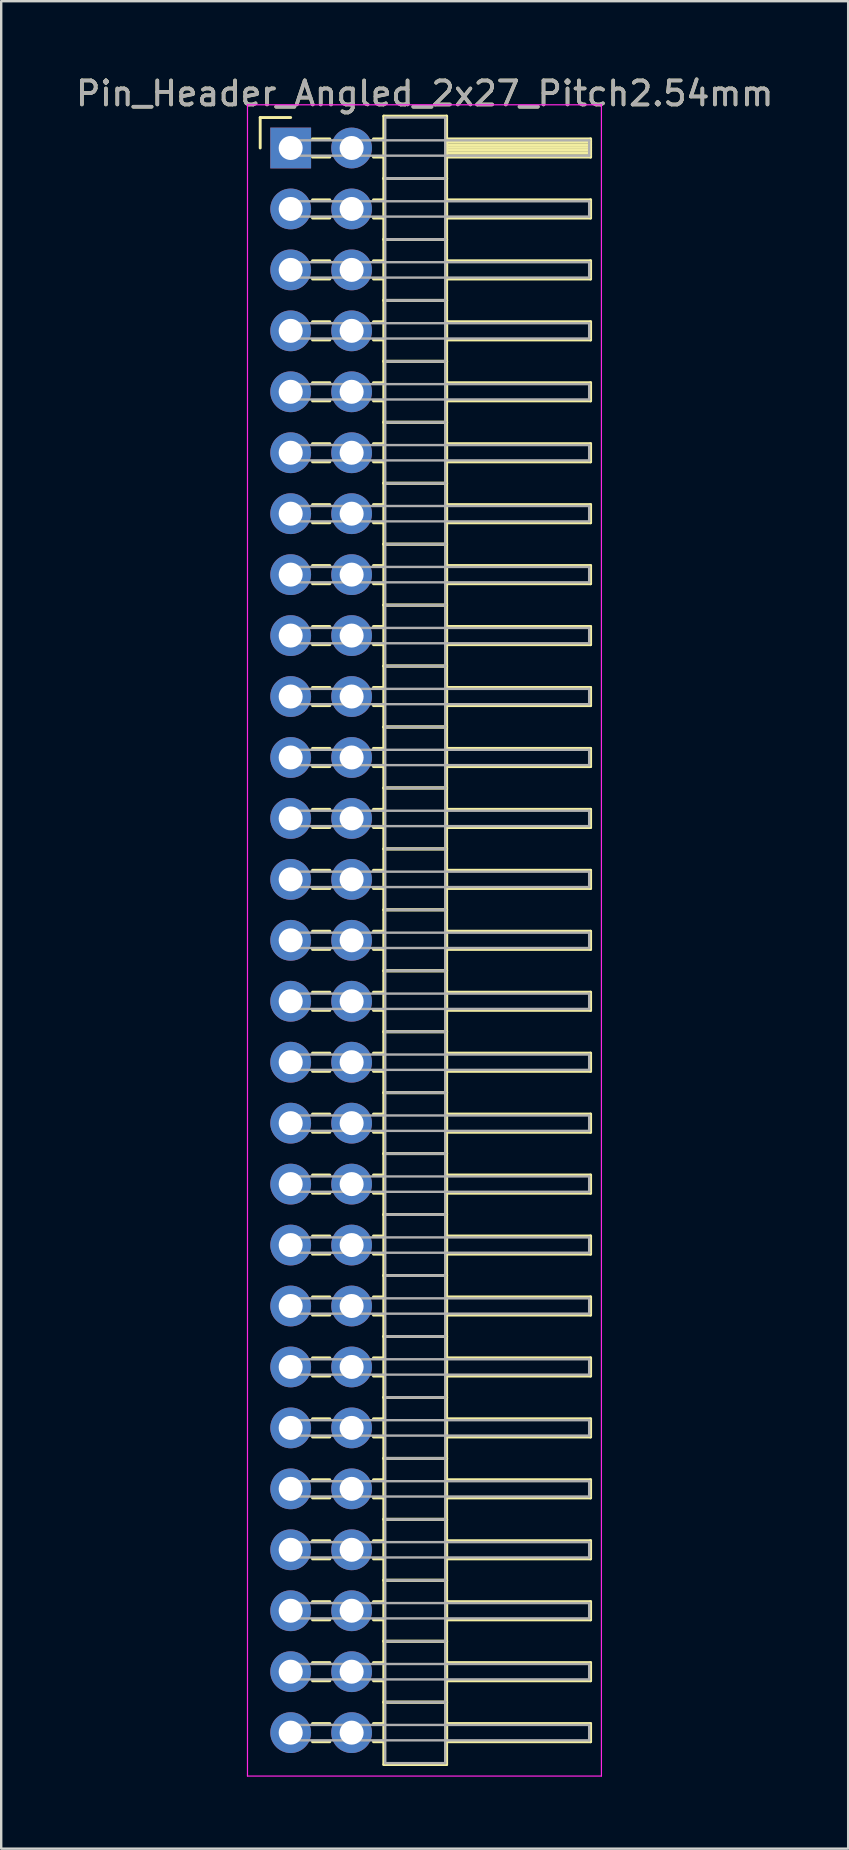
<source format=kicad_pcb>
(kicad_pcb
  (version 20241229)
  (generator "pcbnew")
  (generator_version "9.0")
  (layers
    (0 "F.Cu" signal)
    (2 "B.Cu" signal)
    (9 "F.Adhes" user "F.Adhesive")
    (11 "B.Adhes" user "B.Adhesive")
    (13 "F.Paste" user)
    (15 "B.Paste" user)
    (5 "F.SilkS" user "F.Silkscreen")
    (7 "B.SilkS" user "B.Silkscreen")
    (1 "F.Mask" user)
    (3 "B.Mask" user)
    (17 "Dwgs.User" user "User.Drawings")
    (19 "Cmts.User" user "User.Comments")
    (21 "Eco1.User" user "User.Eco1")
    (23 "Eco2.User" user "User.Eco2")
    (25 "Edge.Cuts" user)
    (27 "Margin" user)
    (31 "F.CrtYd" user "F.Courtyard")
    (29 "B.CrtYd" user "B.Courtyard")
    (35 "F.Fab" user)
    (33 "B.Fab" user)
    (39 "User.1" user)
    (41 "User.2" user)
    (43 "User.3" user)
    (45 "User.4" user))
  (footprint "Pin_Header_Angled_2x27_Pitch2.54mm"
    (layer "F.Cu")
    (at 9.064 3.118)
    (property "Reference" "Pin_Header_Angled_2x27_Pitch2.54mm" (at 5.585 -2.27 0) (layer "F.SilkS") (effects (font (size 1 1) (thickness 0.15))))
    (attr through_hole)
    (fp_line (start -1.27 -1.27) (end 0 -1.27) (stroke (width 0.12) (type solid)) (layer "F.SilkS"))
    (fp_line (start -1.27 0) (end -1.27 -1.27) (stroke (width 0.12) (type solid)) (layer "F.SilkS"))
    (fp_line (start 0.91 -0.38) (end 1.63 -0.38) (stroke (width 0.12) (type solid)) (layer "F.SilkS"))
    (fp_line (start 0.91 0.38) (end 1.63 0.38) (stroke (width 0.12) (type solid)) (layer "F.SilkS"))
    (fp_line (start 0.91 2.16) (end 1.63 2.16) (stroke (width 0.12) (type solid)) (layer "F.SilkS"))
    (fp_line (start 0.91 2.92) (end 1.63 2.92) (stroke (width 0.12) (type solid)) (layer "F.SilkS"))
    (fp_line (start 0.91 4.7) (end 1.63 4.7) (stroke (width 0.12) (type solid)) (layer "F.SilkS"))
    (fp_line (start 0.91 5.46) (end 1.63 5.46) (stroke (width 0.12) (type solid)) (layer "F.SilkS"))
    (fp_line (start 0.91 7.24) (end 1.63 7.24) (stroke (width 0.12) (type solid)) (layer "F.SilkS"))
    (fp_line (start 0.91 8) (end 1.63 8) (stroke (width 0.12) (type solid)) (layer "F.SilkS"))
    (fp_line (start 0.91 9.78) (end 1.63 9.78) (stroke (width 0.12) (type solid)) (layer "F.SilkS"))
    (fp_line (start 0.91 10.54) (end 1.63 10.54) (stroke (width 0.12) (type solid)) (layer "F.SilkS"))
    (fp_line (start 0.91 12.32) (end 1.63 12.32) (stroke (width 0.12) (type solid)) (layer "F.SilkS"))
    (fp_line (start 0.91 13.08) (end 1.63 13.08) (stroke (width 0.12) (type solid)) (layer "F.SilkS"))
    (fp_line (start 0.91 14.86) (end 1.63 14.86) (stroke (width 0.12) (type solid)) (layer "F.SilkS"))
    (fp_line (start 0.91 15.62) (end 1.63 15.62) (stroke (width 0.12) (type solid)) (layer "F.SilkS"))
    (fp_line (start 0.91 17.4) (end 1.63 17.4) (stroke (width 0.12) (type solid)) (layer "F.SilkS"))
    (fp_line (start 0.91 18.16) (end 1.63 18.16) (stroke (width 0.12) (type solid)) (layer "F.SilkS"))
    (fp_line (start 0.91 19.94) (end 1.63 19.94) (stroke (width 0.12) (type solid)) (layer "F.SilkS"))
    (fp_line (start 0.91 20.7) (end 1.63 20.7) (stroke (width 0.12) (type solid)) (layer "F.SilkS"))
    (fp_line (start 0.91 22.48) (end 1.63 22.48) (stroke (width 0.12) (type solid)) (layer "F.SilkS"))
    (fp_line (start 0.91 23.24) (end 1.63 23.24) (stroke (width 0.12) (type solid)) (layer "F.SilkS"))
    (fp_line (start 0.91 25.02) (end 1.63 25.02) (stroke (width 0.12) (type solid)) (layer "F.SilkS"))
    (fp_line (start 0.91 25.78) (end 1.63 25.78) (stroke (width 0.12) (type solid)) (layer "F.SilkS"))
    (fp_line (start 0.91 27.56) (end 1.63 27.56) (stroke (width 0.12) (type solid)) (layer "F.SilkS"))
    (fp_line (start 0.91 28.32) (end 1.63 28.32) (stroke (width 0.12) (type solid)) (layer "F.SilkS"))
    (fp_line (start 0.91 30.1) (end 1.63 30.1) (stroke (width 0.12) (type solid)) (layer "F.SilkS"))
    (fp_line (start 0.91 30.86) (end 1.63 30.86) (stroke (width 0.12) (type solid)) (layer "F.SilkS"))
    (fp_line (start 0.91 32.64) (end 1.63 32.64) (stroke (width 0.12) (type solid)) (layer "F.SilkS"))
    (fp_line (start 0.91 33.4) (end 1.63 33.4) (stroke (width 0.12) (type solid)) (layer "F.SilkS"))
    (fp_line (start 0.91 35.18) (end 1.63 35.18) (stroke (width 0.12) (type solid)) (layer "F.SilkS"))
    (fp_line (start 0.91 35.94) (end 1.63 35.94) (stroke (width 0.12) (type solid)) (layer "F.SilkS"))
    (fp_line (start 0.91 37.72) (end 1.63 37.72) (stroke (width 0.12) (type solid)) (layer "F.SilkS"))
    (fp_line (start 0.91 38.48) (end 1.63 38.48) (stroke (width 0.12) (type solid)) (layer "F.SilkS"))
    (fp_line (start 0.91 40.26) (end 1.63 40.26) (stroke (width 0.12) (type solid)) (layer "F.SilkS"))
    (fp_line (start 0.91 41.02) (end 1.63 41.02) (stroke (width 0.12) (type solid)) (layer "F.SilkS"))
    (fp_line (start 0.91 42.8) (end 1.63 42.8) (stroke (width 0.12) (type solid)) (layer "F.SilkS"))
    (fp_line (start 0.91 43.56) (end 1.63 43.56) (stroke (width 0.12) (type solid)) (layer "F.SilkS"))
    (fp_line (start 0.91 45.34) (end 1.63 45.34) (stroke (width 0.12) (type solid)) (layer "F.SilkS"))
    (fp_line (start 0.91 46.1) (end 1.63 46.1) (stroke (width 0.12) (type solid)) (layer "F.SilkS"))
    (fp_line (start 0.91 47.88) (end 1.63 47.88) (stroke (width 0.12) (type solid)) (layer "F.SilkS"))
    (fp_line (start 0.91 48.64) (end 1.63 48.64) (stroke (width 0.12) (type solid)) (layer "F.SilkS"))
    (fp_line (start 0.91 50.42) (end 1.63 50.42) (stroke (width 0.12) (type solid)) (layer "F.SilkS"))
    (fp_line (start 0.91 51.18) (end 1.63 51.18) (stroke (width 0.12) (type solid)) (layer "F.SilkS"))
    (fp_line (start 0.91 52.96) (end 1.63 52.96) (stroke (width 0.12) (type solid)) (layer "F.SilkS"))
    (fp_line (start 0.91 53.72) (end 1.63 53.72) (stroke (width 0.12) (type solid)) (layer "F.SilkS"))
    (fp_line (start 0.91 55.5) (end 1.63 55.5) (stroke (width 0.12) (type solid)) (layer "F.SilkS"))
    (fp_line (start 0.91 56.26) (end 1.63 56.26) (stroke (width 0.12) (type solid)) (layer "F.SilkS"))
    (fp_line (start 0.91 58.04) (end 1.63 58.04) (stroke (width 0.12) (type solid)) (layer "F.SilkS"))
    (fp_line (start 0.91 58.8) (end 1.63 58.8) (stroke (width 0.12) (type solid)) (layer "F.SilkS"))
    (fp_line (start 0.91 60.58) (end 1.63 60.58) (stroke (width 0.12) (type solid)) (layer "F.SilkS"))
    (fp_line (start 0.91 61.34) (end 1.63 61.34) (stroke (width 0.12) (type solid)) (layer "F.SilkS"))
    (fp_line (start 0.91 63.12) (end 1.63 63.12) (stroke (width 0.12) (type solid)) (layer "F.SilkS"))
    (fp_line (start 0.91 63.88) (end 1.63 63.88) (stroke (width 0.12) (type solid)) (layer "F.SilkS"))
    (fp_line (start 0.91 65.66) (end 1.63 65.66) (stroke (width 0.12) (type solid)) (layer "F.SilkS"))
    (fp_line (start 0.91 66.42) (end 1.63 66.42) (stroke (width 0.12) (type solid)) (layer "F.SilkS"))
    (fp_line (start 3.45 -0.38) (end 3.88 -0.38) (stroke (width 0.12) (type solid)) (layer "F.SilkS"))
    (fp_line (start 3.45 0.38) (end 3.88 0.38) (stroke (width 0.12) (type solid)) (layer "F.SilkS"))
    (fp_line (start 3.45 2.16) (end 3.88 2.16) (stroke (width 0.12) (type solid)) (layer "F.SilkS"))
    (fp_line (start 3.45 2.92) (end 3.88 2.92) (stroke (width 0.12) (type solid)) (layer "F.SilkS"))
    (fp_line (start 3.45 4.7) (end 3.88 4.7) (stroke (width 0.12) (type solid)) (layer "F.SilkS"))
    (fp_line (start 3.45 5.46) (end 3.88 5.46) (stroke (width 0.12) (type solid)) (layer "F.SilkS"))
    (fp_line (start 3.45 7.24) (end 3.88 7.24) (stroke (width 0.12) (type solid)) (layer "F.SilkS"))
    (fp_line (start 3.45 8) (end 3.88 8) (stroke (width 0.12) (type solid)) (layer "F.SilkS"))
    (fp_line (start 3.45 9.78) (end 3.88 9.78) (stroke (width 0.12) (type solid)) (layer "F.SilkS"))
    (fp_line (start 3.45 10.54) (end 3.88 10.54) (stroke (width 0.12) (type solid)) (layer "F.SilkS"))
    (fp_line (start 3.45 12.32) (end 3.88 12.32) (stroke (width 0.12) (type solid)) (layer "F.SilkS"))
    (fp_line (start 3.45 13.08) (end 3.88 13.08) (stroke (width 0.12) (type solid)) (layer "F.SilkS"))
    (fp_line (start 3.45 14.86) (end 3.88 14.86) (stroke (width 0.12) (type solid)) (layer "F.SilkS"))
    (fp_line (start 3.45 15.62) (end 3.88 15.62) (stroke (width 0.12) (type solid)) (layer "F.SilkS"))
    (fp_line (start 3.45 17.4) (end 3.88 17.4) (stroke (width 0.12) (type solid)) (layer "F.SilkS"))
    (fp_line (start 3.45 18.16) (end 3.88 18.16) (stroke (width 0.12) (type solid)) (layer "F.SilkS"))
    (fp_line (start 3.45 19.94) (end 3.88 19.94) (stroke (width 0.12) (type solid)) (layer "F.SilkS"))
    (fp_line (start 3.45 20.7) (end 3.88 20.7) (stroke (width 0.12) (type solid)) (layer "F.SilkS"))
    (fp_line (start 3.45 22.48) (end 3.88 22.48) (stroke (width 0.12) (type solid)) (layer "F.SilkS"))
    (fp_line (start 3.45 23.24) (end 3.88 23.24) (stroke (width 0.12) (type solid)) (layer "F.SilkS"))
    (fp_line (start 3.45 25.02) (end 3.88 25.02) (stroke (width 0.12) (type solid)) (layer "F.SilkS"))
    (fp_line (start 3.45 25.78) (end 3.88 25.78) (stroke (width 0.12) (type solid)) (layer "F.SilkS"))
    (fp_line (start 3.45 27.56) (end 3.88 27.56) (stroke (width 0.12) (type solid)) (layer "F.SilkS"))
    (fp_line (start 3.45 28.32) (end 3.88 28.32) (stroke (width 0.12) (type solid)) (layer "F.SilkS"))
    (fp_line (start 3.45 30.1) (end 3.88 30.1) (stroke (width 0.12) (type solid)) (layer "F.SilkS"))
    (fp_line (start 3.45 30.86) (end 3.88 30.86) (stroke (width 0.12) (type solid)) (layer "F.SilkS"))
    (fp_line (start 3.45 32.64) (end 3.88 32.64) (stroke (width 0.12) (type solid)) (layer "F.SilkS"))
    (fp_line (start 3.45 33.4) (end 3.88 33.4) (stroke (width 0.12) (type solid)) (layer "F.SilkS"))
    (fp_line (start 3.45 35.18) (end 3.88 35.18) (stroke (width 0.12) (type solid)) (layer "F.SilkS"))
    (fp_line (start 3.45 35.94) (end 3.88 35.94) (stroke (width 0.12) (type solid)) (layer "F.SilkS"))
    (fp_line (start 3.45 37.72) (end 3.88 37.72) (stroke (width 0.12) (type solid)) (layer "F.SilkS"))
    (fp_line (start 3.45 38.48) (end 3.88 38.48) (stroke (width 0.12) (type solid)) (layer "F.SilkS"))
    (fp_line (start 3.45 40.26) (end 3.88 40.26) (stroke (width 0.12) (type solid)) (layer "F.SilkS"))
    (fp_line (start 3.45 41.02) (end 3.88 41.02) (stroke (width 0.12) (type solid)) (layer "F.SilkS"))
    (fp_line (start 3.45 42.8) (end 3.88 42.8) (stroke (width 0.12) (type solid)) (layer "F.SilkS"))
    (fp_line (start 3.45 43.56) (end 3.88 43.56) (stroke (width 0.12) (type solid)) (layer "F.SilkS"))
    (fp_line (start 3.45 45.34) (end 3.88 45.34) (stroke (width 0.12) (type solid)) (layer "F.SilkS"))
    (fp_line (start 3.45 46.1) (end 3.88 46.1) (stroke (width 0.12) (type solid)) (layer "F.SilkS"))
    (fp_line (start 3.45 47.88) (end 3.88 47.88) (stroke (width 0.12) (type solid)) (layer "F.SilkS"))
    (fp_line (start 3.45 48.64) (end 3.88 48.64) (stroke (width 0.12) (type solid)) (layer "F.SilkS"))
    (fp_line (start 3.45 50.42) (end 3.88 50.42) (stroke (width 0.12) (type solid)) (layer "F.SilkS"))
    (fp_line (start 3.45 51.18) (end 3.88 51.18) (stroke (width 0.12) (type solid)) (layer "F.SilkS"))
    (fp_line (start 3.45 52.96) (end 3.88 52.96) (stroke (width 0.12) (type solid)) (layer "F.SilkS"))
    (fp_line (start 3.45 53.72) (end 3.88 53.72) (stroke (width 0.12) (type solid)) (layer "F.SilkS"))
    (fp_line (start 3.45 55.5) (end 3.88 55.5) (stroke (width 0.12) (type solid)) (layer "F.SilkS"))
    (fp_line (start 3.45 56.26) (end 3.88 56.26) (stroke (width 0.12) (type solid)) (layer "F.SilkS"))
    (fp_line (start 3.45 58.04) (end 3.88 58.04) (stroke (width 0.12) (type solid)) (layer "F.SilkS"))
    (fp_line (start 3.45 58.8) (end 3.88 58.8) (stroke (width 0.12) (type solid)) (layer "F.SilkS"))
    (fp_line (start 3.45 60.58) (end 3.88 60.58) (stroke (width 0.12) (type solid)) (layer "F.SilkS"))
    (fp_line (start 3.45 61.34) (end 3.88 61.34) (stroke (width 0.12) (type solid)) (layer "F.SilkS"))
    (fp_line (start 3.45 63.12) (end 3.88 63.12) (stroke (width 0.12) (type solid)) (layer "F.SilkS"))
    (fp_line (start 3.45 63.88) (end 3.88 63.88) (stroke (width 0.12) (type solid)) (layer "F.SilkS"))
    (fp_line (start 3.45 65.66) (end 3.88 65.66) (stroke (width 0.12) (type solid)) (layer "F.SilkS"))
    (fp_line (start 3.45 66.42) (end 3.88 66.42) (stroke (width 0.12) (type solid)) (layer "F.SilkS"))
    (fp_line (start 3.88 -1.33) (end 3.88 1.27) (stroke (width 0.12) (type solid)) (layer "F.SilkS"))
    (fp_line (start 3.88 1.27) (end 3.88 3.81) (stroke (width 0.12) (type solid)) (layer "F.SilkS"))
    (fp_line (start 3.88 1.27) (end 6.5 1.27) (stroke (width 0.12) (type solid)) (layer "F.SilkS"))
    (fp_line (start 3.88 3.81) (end 3.88 6.35) (stroke (width 0.12) (type solid)) (layer "F.SilkS"))
    (fp_line (start 3.88 3.81) (end 6.5 3.81) (stroke (width 0.12) (type solid)) (layer "F.SilkS"))
    (fp_line (start 3.88 6.35) (end 3.88 8.89) (stroke (width 0.12) (type solid)) (layer "F.SilkS"))
    (fp_line (start 3.88 6.35) (end 6.5 6.35) (stroke (width 0.12) (type solid)) (layer "F.SilkS"))
    (fp_line (start 3.88 8.89) (end 3.88 11.43) (stroke (width 0.12) (type solid)) (layer "F.SilkS"))
    (fp_line (start 3.88 8.89) (end 6.5 8.89) (stroke (width 0.12) (type solid)) (layer "F.SilkS"))
    (fp_line (start 3.88 11.43) (end 3.88 13.97) (stroke (width 0.12) (type solid)) (layer "F.SilkS"))
    (fp_line (start 3.88 11.43) (end 6.5 11.43) (stroke (width 0.12) (type solid)) (layer "F.SilkS"))
    (fp_line (start 3.88 13.97) (end 3.88 16.51) (stroke (width 0.12) (type solid)) (layer "F.SilkS"))
    (fp_line (start 3.88 13.97) (end 6.5 13.97) (stroke (width 0.12) (type solid)) (layer "F.SilkS"))
    (fp_line (start 3.88 16.51) (end 3.88 19.05) (stroke (width 0.12) (type solid)) (layer "F.SilkS"))
    (fp_line (start 3.88 16.51) (end 6.5 16.51) (stroke (width 0.12) (type solid)) (layer "F.SilkS"))
    (fp_line (start 3.88 19.05) (end 3.88 21.59) (stroke (width 0.12) (type solid)) (layer "F.SilkS"))
    (fp_line (start 3.88 19.05) (end 6.5 19.05) (stroke (width 0.12) (type solid)) (layer "F.SilkS"))
    (fp_line (start 3.88 21.59) (end 3.88 24.13) (stroke (width 0.12) (type solid)) (layer "F.SilkS"))
    (fp_line (start 3.88 21.59) (end 6.5 21.59) (stroke (width 0.12) (type solid)) (layer "F.SilkS"))
    (fp_line (start 3.88 24.13) (end 3.88 26.67) (stroke (width 0.12) (type solid)) (layer "F.SilkS"))
    (fp_line (start 3.88 24.13) (end 6.5 24.13) (stroke (width 0.12) (type solid)) (layer "F.SilkS"))
    (fp_line (start 3.88 26.67) (end 3.88 29.21) (stroke (width 0.12) (type solid)) (layer "F.SilkS"))
    (fp_line (start 3.88 26.67) (end 6.5 26.67) (stroke (width 0.12) (type solid)) (layer "F.SilkS"))
    (fp_line (start 3.88 29.21) (end 3.88 31.75) (stroke (width 0.12) (type solid)) (layer "F.SilkS"))
    (fp_line (start 3.88 29.21) (end 6.5 29.21) (stroke (width 0.12) (type solid)) (layer "F.SilkS"))
    (fp_line (start 3.88 31.75) (end 3.88 34.29) (stroke (width 0.12) (type solid)) (layer "F.SilkS"))
    (fp_line (start 3.88 31.75) (end 6.5 31.75) (stroke (width 0.12) (type solid)) (layer "F.SilkS"))
    (fp_line (start 3.88 34.29) (end 3.88 36.83) (stroke (width 0.12) (type solid)) (layer "F.SilkS"))
    (fp_line (start 3.88 34.29) (end 6.5 34.29) (stroke (width 0.12) (type solid)) (layer "F.SilkS"))
    (fp_line (start 3.88 36.83) (end 3.88 39.37) (stroke (width 0.12) (type solid)) (layer "F.SilkS"))
    (fp_line (start 3.88 36.83) (end 6.5 36.83) (stroke (width 0.12) (type solid)) (layer "F.SilkS"))
    (fp_line (start 3.88 39.37) (end 3.88 41.91) (stroke (width 0.12) (type solid)) (layer "F.SilkS"))
    (fp_line (start 3.88 39.37) (end 6.5 39.37) (stroke (width 0.12) (type solid)) (layer "F.SilkS"))
    (fp_line (start 3.88 41.91) (end 3.88 44.45) (stroke (width 0.12) (type solid)) (layer "F.SilkS"))
    (fp_line (start 3.88 41.91) (end 6.5 41.91) (stroke (width 0.12) (type solid)) (layer "F.SilkS"))
    (fp_line (start 3.88 44.45) (end 3.88 46.99) (stroke (width 0.12) (type solid)) (layer "F.SilkS"))
    (fp_line (start 3.88 44.45) (end 6.5 44.45) (stroke (width 0.12) (type solid)) (layer "F.SilkS"))
    (fp_line (start 3.88 46.99) (end 3.88 49.53) (stroke (width 0.12) (type solid)) (layer "F.SilkS"))
    (fp_line (start 3.88 46.99) (end 6.5 46.99) (stroke (width 0.12) (type solid)) (layer "F.SilkS"))
    (fp_line (start 3.88 49.53) (end 3.88 52.07) (stroke (width 0.12) (type solid)) (layer "F.SilkS"))
    (fp_line (start 3.88 49.53) (end 6.5 49.53) (stroke (width 0.12) (type solid)) (layer "F.SilkS"))
    (fp_line (start 3.88 52.07) (end 3.88 54.61) (stroke (width 0.12) (type solid)) (layer "F.SilkS"))
    (fp_line (start 3.88 52.07) (end 6.5 52.07) (stroke (width 0.12) (type solid)) (layer "F.SilkS"))
    (fp_line (start 3.88 54.61) (end 3.88 57.15) (stroke (width 0.12) (type solid)) (layer "F.SilkS"))
    (fp_line (start 3.88 54.61) (end 6.5 54.61) (stroke (width 0.12) (type solid)) (layer "F.SilkS"))
    (fp_line (start 3.88 57.15) (end 3.88 59.69) (stroke (width 0.12) (type solid)) (layer "F.SilkS"))
    (fp_line (start 3.88 57.15) (end 6.5 57.15) (stroke (width 0.12) (type solid)) (layer "F.SilkS"))
    (fp_line (start 3.88 59.69) (end 3.88 62.23) (stroke (width 0.12) (type solid)) (layer "F.SilkS"))
    (fp_line (start 3.88 59.69) (end 6.5 59.69) (stroke (width 0.12) (type solid)) (layer "F.SilkS"))
    (fp_line (start 3.88 62.23) (end 3.88 64.77) (stroke (width 0.12) (type solid)) (layer "F.SilkS"))
    (fp_line (start 3.88 62.23) (end 6.5 62.23) (stroke (width 0.12) (type solid)) (layer "F.SilkS"))
    (fp_line (start 3.88 64.77) (end 3.88 67.37) (stroke (width 0.12) (type solid)) (layer "F.SilkS"))
    (fp_line (start 3.88 64.77) (end 6.5 64.77) (stroke (width 0.12) (type solid)) (layer "F.SilkS"))
    (fp_line (start 3.88 67.37) (end 6.5 67.37) (stroke (width 0.12) (type solid)) (layer "F.SilkS"))
    (fp_line (start 6.5 -1.33) (end 3.88 -1.33) (stroke (width 0.12) (type solid)) (layer "F.SilkS"))
    (fp_line (start 6.5 -0.38) (end 6.5 0.38) (stroke (width 0.12) (type solid)) (layer "F.SilkS"))
    (fp_line (start 6.5 -0.26) (end 12.5 -0.26) (stroke (width 0.12) (type solid)) (layer "F.SilkS"))
    (fp_line (start 6.5 -0.14) (end 12.5 -0.14) (stroke (width 0.12) (type solid)) (layer "F.SilkS"))
    (fp_line (start 6.5 -0.02) (end 12.5 -0.02) (stroke (width 0.12) (type solid)) (layer "F.SilkS"))
    (fp_line (start 6.5 0.1) (end 12.5 0.1) (stroke (width 0.12) (type solid)) (layer "F.SilkS"))
    (fp_line (start 6.5 0.22) (end 12.5 0.22) (stroke (width 0.12) (type solid)) (layer "F.SilkS"))
    (fp_line (start 6.5 0.34) (end 12.5 0.34) (stroke (width 0.12) (type solid)) (layer "F.SilkS"))
    (fp_line (start 6.5 0.38) (end 12.5 0.38) (stroke (width 0.12) (type solid)) (layer "F.SilkS"))
    (fp_line (start 6.5 1.27) (end 3.88 1.27) (stroke (width 0.12) (type solid)) (layer "F.SilkS"))
    (fp_line (start 6.5 1.27) (end 6.5 -1.33) (stroke (width 0.12) (type solid)) (layer "F.SilkS"))
    (fp_line (start 6.5 2.16) (end 6.5 2.92) (stroke (width 0.12) (type solid)) (layer "F.SilkS"))
    (fp_line (start 6.5 2.92) (end 12.5 2.92) (stroke (width 0.12) (type solid)) (layer "F.SilkS"))
    (fp_line (start 6.5 3.81) (end 3.88 3.81) (stroke (width 0.12) (type solid)) (layer "F.SilkS"))
    (fp_line (start 6.5 3.81) (end 6.5 1.27) (stroke (width 0.12) (type solid)) (layer "F.SilkS"))
    (fp_line (start 6.5 4.7) (end 6.5 5.46) (stroke (width 0.12) (type solid)) (layer "F.SilkS"))
    (fp_line (start 6.5 5.46) (end 12.5 5.46) (stroke (width 0.12) (type solid)) (layer "F.SilkS"))
    (fp_line (start 6.5 6.35) (end 3.88 6.35) (stroke (width 0.12) (type solid)) (layer "F.SilkS"))
    (fp_line (start 6.5 6.35) (end 6.5 3.81) (stroke (width 0.12) (type solid)) (layer "F.SilkS"))
    (fp_line (start 6.5 7.24) (end 6.5 8) (stroke (width 0.12) (type solid)) (layer "F.SilkS"))
    (fp_line (start 6.5 8) (end 12.5 8) (stroke (width 0.12) (type solid)) (layer "F.SilkS"))
    (fp_line (start 6.5 8.89) (end 3.88 8.89) (stroke (width 0.12) (type solid)) (layer "F.SilkS"))
    (fp_line (start 6.5 8.89) (end 6.5 6.35) (stroke (width 0.12) (type solid)) (layer "F.SilkS"))
    (fp_line (start 6.5 9.78) (end 6.5 10.54) (stroke (width 0.12) (type solid)) (layer "F.SilkS"))
    (fp_line (start 6.5 10.54) (end 12.5 10.54) (stroke (width 0.12) (type solid)) (layer "F.SilkS"))
    (fp_line (start 6.5 11.43) (end 3.88 11.43) (stroke (width 0.12) (type solid)) (layer "F.SilkS"))
    (fp_line (start 6.5 11.43) (end 6.5 8.89) (stroke (width 0.12) (type solid)) (layer "F.SilkS"))
    (fp_line (start 6.5 12.32) (end 6.5 13.08) (stroke (width 0.12) (type solid)) (layer "F.SilkS"))
    (fp_line (start 6.5 13.08) (end 12.5 13.08) (stroke (width 0.12) (type solid)) (layer "F.SilkS"))
    (fp_line (start 6.5 13.97) (end 3.88 13.97) (stroke (width 0.12) (type solid)) (layer "F.SilkS"))
    (fp_line (start 6.5 13.97) (end 6.5 11.43) (stroke (width 0.12) (type solid)) (layer "F.SilkS"))
    (fp_line (start 6.5 14.86) (end 6.5 15.62) (stroke (width 0.12) (type solid)) (layer "F.SilkS"))
    (fp_line (start 6.5 15.62) (end 12.5 15.62) (stroke (width 0.12) (type solid)) (layer "F.SilkS"))
    (fp_line (start 6.5 16.51) (end 3.88 16.51) (stroke (width 0.12) (type solid)) (layer "F.SilkS"))
    (fp_line (start 6.5 16.51) (end 6.5 13.97) (stroke (width 0.12) (type solid)) (layer "F.SilkS"))
    (fp_line (start 6.5 17.4) (end 6.5 18.16) (stroke (width 0.12) (type solid)) (layer "F.SilkS"))
    (fp_line (start 6.5 18.16) (end 12.5 18.16) (stroke (width 0.12) (type solid)) (layer "F.SilkS"))
    (fp_line (start 6.5 19.05) (end 3.88 19.05) (stroke (width 0.12) (type solid)) (layer "F.SilkS"))
    (fp_line (start 6.5 19.05) (end 6.5 16.51) (stroke (width 0.12) (type solid)) (layer "F.SilkS"))
    (fp_line (start 6.5 19.94) (end 6.5 20.7) (stroke (width 0.12) (type solid)) (layer "F.SilkS"))
    (fp_line (start 6.5 20.7) (end 12.5 20.7) (stroke (width 0.12) (type solid)) (layer "F.SilkS"))
    (fp_line (start 6.5 21.59) (end 3.88 21.59) (stroke (width 0.12) (type solid)) (layer "F.SilkS"))
    (fp_line (start 6.5 21.59) (end 6.5 19.05) (stroke (width 0.12) (type solid)) (layer "F.SilkS"))
    (fp_line (start 6.5 22.48) (end 6.5 23.24) (stroke (width 0.12) (type solid)) (layer "F.SilkS"))
    (fp_line (start 6.5 23.24) (end 12.5 23.24) (stroke (width 0.12) (type solid)) (layer "F.SilkS"))
    (fp_line (start 6.5 24.13) (end 3.88 24.13) (stroke (width 0.12) (type solid)) (layer "F.SilkS"))
    (fp_line (start 6.5 24.13) (end 6.5 21.59) (stroke (width 0.12) (type solid)) (layer "F.SilkS"))
    (fp_line (start 6.5 25.02) (end 6.5 25.78) (stroke (width 0.12) (type solid)) (layer "F.SilkS"))
    (fp_line (start 6.5 25.78) (end 12.5 25.78) (stroke (width 0.12) (type solid)) (layer "F.SilkS"))
    (fp_line (start 6.5 26.67) (end 3.88 26.67) (stroke (width 0.12) (type solid)) (layer "F.SilkS"))
    (fp_line (start 6.5 26.67) (end 6.5 24.13) (stroke (width 0.12) (type solid)) (layer "F.SilkS"))
    (fp_line (start 6.5 27.56) (end 6.5 28.32) (stroke (width 0.12) (type solid)) (layer "F.SilkS"))
    (fp_line (start 6.5 28.32) (end 12.5 28.32) (stroke (width 0.12) (type solid)) (layer "F.SilkS"))
    (fp_line (start 6.5 29.21) (end 3.88 29.21) (stroke (width 0.12) (type solid)) (layer "F.SilkS"))
    (fp_line (start 6.5 29.21) (end 6.5 26.67) (stroke (width 0.12) (type solid)) (layer "F.SilkS"))
    (fp_line (start 6.5 30.1) (end 6.5 30.86) (stroke (width 0.12) (type solid)) (layer "F.SilkS"))
    (fp_line (start 6.5 30.86) (end 12.5 30.86) (stroke (width 0.12) (type solid)) (layer "F.SilkS"))
    (fp_line (start 6.5 31.75) (end 3.88 31.75) (stroke (width 0.12) (type solid)) (layer "F.SilkS"))
    (fp_line (start 6.5 31.75) (end 6.5 29.21) (stroke (width 0.12) (type solid)) (layer "F.SilkS"))
    (fp_line (start 6.5 32.64) (end 6.5 33.4) (stroke (width 0.12) (type solid)) (layer "F.SilkS"))
    (fp_line (start 6.5 33.4) (end 12.5 33.4) (stroke (width 0.12) (type solid)) (layer "F.SilkS"))
    (fp_line (start 6.5 34.29) (end 3.88 34.29) (stroke (width 0.12) (type solid)) (layer "F.SilkS"))
    (fp_line (start 6.5 34.29) (end 6.5 31.75) (stroke (width 0.12) (type solid)) (layer "F.SilkS"))
    (fp_line (start 6.5 35.18) (end 6.5 35.94) (stroke (width 0.12) (type solid)) (layer "F.SilkS"))
    (fp_line (start 6.5 35.94) (end 12.5 35.94) (stroke (width 0.12) (type solid)) (layer "F.SilkS"))
    (fp_line (start 6.5 36.83) (end 3.88 36.83) (stroke (width 0.12) (type solid)) (layer "F.SilkS"))
    (fp_line (start 6.5 36.83) (end 6.5 34.29) (stroke (width 0.12) (type solid)) (layer "F.SilkS"))
    (fp_line (start 6.5 37.72) (end 6.5 38.48) (stroke (width 0.12) (type solid)) (layer "F.SilkS"))
    (fp_line (start 6.5 38.48) (end 12.5 38.48) (stroke (width 0.12) (type solid)) (layer "F.SilkS"))
    (fp_line (start 6.5 39.37) (end 3.88 39.37) (stroke (width 0.12) (type solid)) (layer "F.SilkS"))
    (fp_line (start 6.5 39.37) (end 6.5 36.83) (stroke (width 0.12) (type solid)) (layer "F.SilkS"))
    (fp_line (start 6.5 40.26) (end 6.5 41.02) (stroke (width 0.12) (type solid)) (layer "F.SilkS"))
    (fp_line (start 6.5 41.02) (end 12.5 41.02) (stroke (width 0.12) (type solid)) (layer "F.SilkS"))
    (fp_line (start 6.5 41.91) (end 3.88 41.91) (stroke (width 0.12) (type solid)) (layer "F.SilkS"))
    (fp_line (start 6.5 41.91) (end 6.5 39.37) (stroke (width 0.12) (type solid)) (layer "F.SilkS"))
    (fp_line (start 6.5 42.8) (end 6.5 43.56) (stroke (width 0.12) (type solid)) (layer "F.SilkS"))
    (fp_line (start 6.5 43.56) (end 12.5 43.56) (stroke (width 0.12) (type solid)) (layer "F.SilkS"))
    (fp_line (start 6.5 44.45) (end 3.88 44.45) (stroke (width 0.12) (type solid)) (layer "F.SilkS"))
    (fp_line (start 6.5 44.45) (end 6.5 41.91) (stroke (width 0.12) (type solid)) (layer "F.SilkS"))
    (fp_line (start 6.5 45.34) (end 6.5 46.1) (stroke (width 0.12) (type solid)) (layer "F.SilkS"))
    (fp_line (start 6.5 46.1) (end 12.5 46.1) (stroke (width 0.12) (type solid)) (layer "F.SilkS"))
    (fp_line (start 6.5 46.99) (end 3.88 46.99) (stroke (width 0.12) (type solid)) (layer "F.SilkS"))
    (fp_line (start 6.5 46.99) (end 6.5 44.45) (stroke (width 0.12) (type solid)) (layer "F.SilkS"))
    (fp_line (start 6.5 47.88) (end 6.5 48.64) (stroke (width 0.12) (type solid)) (layer "F.SilkS"))
    (fp_line (start 6.5 48.64) (end 12.5 48.64) (stroke (width 0.12) (type solid)) (layer "F.SilkS"))
    (fp_line (start 6.5 49.53) (end 3.88 49.53) (stroke (width 0.12) (type solid)) (layer "F.SilkS"))
    (fp_line (start 6.5 49.53) (end 6.5 46.99) (stroke (width 0.12) (type solid)) (layer "F.SilkS"))
    (fp_line (start 6.5 50.42) (end 6.5 51.18) (stroke (width 0.12) (type solid)) (layer "F.SilkS"))
    (fp_line (start 6.5 51.18) (end 12.5 51.18) (stroke (width 0.12) (type solid)) (layer "F.SilkS"))
    (fp_line (start 6.5 52.07) (end 3.88 52.07) (stroke (width 0.12) (type solid)) (layer "F.SilkS"))
    (fp_line (start 6.5 52.07) (end 6.5 49.53) (stroke (width 0.12) (type solid)) (layer "F.SilkS"))
    (fp_line (start 6.5 52.96) (end 6.5 53.72) (stroke (width 0.12) (type solid)) (layer "F.SilkS"))
    (fp_line (start 6.5 53.72) (end 12.5 53.72) (stroke (width 0.12) (type solid)) (layer "F.SilkS"))
    (fp_line (start 6.5 54.61) (end 3.88 54.61) (stroke (width 0.12) (type solid)) (layer "F.SilkS"))
    (fp_line (start 6.5 54.61) (end 6.5 52.07) (stroke (width 0.12) (type solid)) (layer "F.SilkS"))
    (fp_line (start 6.5 55.5) (end 6.5 56.26) (stroke (width 0.12) (type solid)) (layer "F.SilkS"))
    (fp_line (start 6.5 56.26) (end 12.5 56.26) (stroke (width 0.12) (type solid)) (layer "F.SilkS"))
    (fp_line (start 6.5 57.15) (end 3.88 57.15) (stroke (width 0.12) (type solid)) (layer "F.SilkS"))
    (fp_line (start 6.5 57.15) (end 6.5 54.61) (stroke (width 0.12) (type solid)) (layer "F.SilkS"))
    (fp_line (start 6.5 58.04) (end 6.5 58.8) (stroke (width 0.12) (type solid)) (layer "F.SilkS"))
    (fp_line (start 6.5 58.8) (end 12.5 58.8) (stroke (width 0.12) (type solid)) (layer "F.SilkS"))
    (fp_line (start 6.5 59.69) (end 3.88 59.69) (stroke (width 0.12) (type solid)) (layer "F.SilkS"))
    (fp_line (start 6.5 59.69) (end 6.5 57.15) (stroke (width 0.12) (type solid)) (layer "F.SilkS"))
    (fp_line (start 6.5 60.58) (end 6.5 61.34) (stroke (width 0.12) (type solid)) (layer "F.SilkS"))
    (fp_line (start 6.5 61.34) (end 12.5 61.34) (stroke (width 0.12) (type solid)) (layer "F.SilkS"))
    (fp_line (start 6.5 62.23) (end 3.88 62.23) (stroke (width 0.12) (type solid)) (layer "F.SilkS"))
    (fp_line (start 6.5 62.23) (end 6.5 59.69) (stroke (width 0.12) (type solid)) (layer "F.SilkS"))
    (fp_line (start 6.5 63.12) (end 6.5 63.88) (stroke (width 0.12) (type solid)) (layer "F.SilkS"))
    (fp_line (start 6.5 63.88) (end 12.5 63.88) (stroke (width 0.12) (type solid)) (layer "F.SilkS"))
    (fp_line (start 6.5 64.77) (end 3.88 64.77) (stroke (width 0.12) (type solid)) (layer "F.SilkS"))
    (fp_line (start 6.5 64.77) (end 6.5 62.23) (stroke (width 0.12) (type solid)) (layer "F.SilkS"))
    (fp_line (start 6.5 65.66) (end 6.5 66.42) (stroke (width 0.12) (type solid)) (layer "F.SilkS"))
    (fp_line (start 6.5 66.42) (end 12.5 66.42) (stroke (width 0.12) (type solid)) (layer "F.SilkS"))
    (fp_line (start 6.5 67.37) (end 6.5 64.77) (stroke (width 0.12) (type solid)) (layer "F.SilkS"))
    (fp_line (start 12.5 -0.38) (end 6.5 -0.38) (stroke (width 0.12) (type solid)) (layer "F.SilkS"))
    (fp_line (start 12.5 0.38) (end 12.5 -0.38) (stroke (width 0.12) (type solid)) (layer "F.SilkS"))
    (fp_line (start 12.5 2.16) (end 6.5 2.16) (stroke (width 0.12) (type solid)) (layer "F.SilkS"))
    (fp_line (start 12.5 2.92) (end 12.5 2.16) (stroke (width 0.12) (type solid)) (layer "F.SilkS"))
    (fp_line (start 12.5 4.7) (end 6.5 4.7) (stroke (width 0.12) (type solid)) (layer "F.SilkS"))
    (fp_line (start 12.5 5.46) (end 12.5 4.7) (stroke (width 0.12) (type solid)) (layer "F.SilkS"))
    (fp_line (start 12.5 7.24) (end 6.5 7.24) (stroke (width 0.12) (type solid)) (layer "F.SilkS"))
    (fp_line (start 12.5 8) (end 12.5 7.24) (stroke (width 0.12) (type solid)) (layer "F.SilkS"))
    (fp_line (start 12.5 9.78) (end 6.5 9.78) (stroke (width 0.12) (type solid)) (layer "F.SilkS"))
    (fp_line (start 12.5 10.54) (end 12.5 9.78) (stroke (width 0.12) (type solid)) (layer "F.SilkS"))
    (fp_line (start 12.5 12.32) (end 6.5 12.32) (stroke (width 0.12) (type solid)) (layer "F.SilkS"))
    (fp_line (start 12.5 13.08) (end 12.5 12.32) (stroke (width 0.12) (type solid)) (layer "F.SilkS"))
    (fp_line (start 12.5 14.86) (end 6.5 14.86) (stroke (width 0.12) (type solid)) (layer "F.SilkS"))
    (fp_line (start 12.5 15.62) (end 12.5 14.86) (stroke (width 0.12) (type solid)) (layer "F.SilkS"))
    (fp_line (start 12.5 17.4) (end 6.5 17.4) (stroke (width 0.12) (type solid)) (layer "F.SilkS"))
    (fp_line (start 12.5 18.16) (end 12.5 17.4) (stroke (width 0.12) (type solid)) (layer "F.SilkS"))
    (fp_line (start 12.5 19.94) (end 6.5 19.94) (stroke (width 0.12) (type solid)) (layer "F.SilkS"))
    (fp_line (start 12.5 20.7) (end 12.5 19.94) (stroke (width 0.12) (type solid)) (layer "F.SilkS"))
    (fp_line (start 12.5 22.48) (end 6.5 22.48) (stroke (width 0.12) (type solid)) (layer "F.SilkS"))
    (fp_line (start 12.5 23.24) (end 12.5 22.48) (stroke (width 0.12) (type solid)) (layer "F.SilkS"))
    (fp_line (start 12.5 25.02) (end 6.5 25.02) (stroke (width 0.12) (type solid)) (layer "F.SilkS"))
    (fp_line (start 12.5 25.78) (end 12.5 25.02) (stroke (width 0.12) (type solid)) (layer "F.SilkS"))
    (fp_line (start 12.5 27.56) (end 6.5 27.56) (stroke (width 0.12) (type solid)) (layer "F.SilkS"))
    (fp_line (start 12.5 28.32) (end 12.5 27.56) (stroke (width 0.12) (type solid)) (layer "F.SilkS"))
    (fp_line (start 12.5 30.1) (end 6.5 30.1) (stroke (width 0.12) (type solid)) (layer "F.SilkS"))
    (fp_line (start 12.5 30.86) (end 12.5 30.1) (stroke (width 0.12) (type solid)) (layer "F.SilkS"))
    (fp_line (start 12.5 32.64) (end 6.5 32.64) (stroke (width 0.12) (type solid)) (layer "F.SilkS"))
    (fp_line (start 12.5 33.4) (end 12.5 32.64) (stroke (width 0.12) (type solid)) (layer "F.SilkS"))
    (fp_line (start 12.5 35.18) (end 6.5 35.18) (stroke (width 0.12) (type solid)) (layer "F.SilkS"))
    (fp_line (start 12.5 35.94) (end 12.5 35.18) (stroke (width 0.12) (type solid)) (layer "F.SilkS"))
    (fp_line (start 12.5 37.72) (end 6.5 37.72) (stroke (width 0.12) (type solid)) (layer "F.SilkS"))
    (fp_line (start 12.5 38.48) (end 12.5 37.72) (stroke (width 0.12) (type solid)) (layer "F.SilkS"))
    (fp_line (start 12.5 40.26) (end 6.5 40.26) (stroke (width 0.12) (type solid)) (layer "F.SilkS"))
    (fp_line (start 12.5 41.02) (end 12.5 40.26) (stroke (width 0.12) (type solid)) (layer "F.SilkS"))
    (fp_line (start 12.5 42.8) (end 6.5 42.8) (stroke (width 0.12) (type solid)) (layer "F.SilkS"))
    (fp_line (start 12.5 43.56) (end 12.5 42.8) (stroke (width 0.12) (type solid)) (layer "F.SilkS"))
    (fp_line (start 12.5 45.34) (end 6.5 45.34) (stroke (width 0.12) (type solid)) (layer "F.SilkS"))
    (fp_line (start 12.5 46.1) (end 12.5 45.34) (stroke (width 0.12) (type solid)) (layer "F.SilkS"))
    (fp_line (start 12.5 47.88) (end 6.5 47.88) (stroke (width 0.12) (type solid)) (layer "F.SilkS"))
    (fp_line (start 12.5 48.64) (end 12.5 47.88) (stroke (width 0.12) (type solid)) (layer "F.SilkS"))
    (fp_line (start 12.5 50.42) (end 6.5 50.42) (stroke (width 0.12) (type solid)) (layer "F.SilkS"))
    (fp_line (start 12.5 51.18) (end 12.5 50.42) (stroke (width 0.12) (type solid)) (layer "F.SilkS"))
    (fp_line (start 12.5 52.96) (end 6.5 52.96) (stroke (width 0.12) (type solid)) (layer "F.SilkS"))
    (fp_line (start 12.5 53.72) (end 12.5 52.96) (stroke (width 0.12) (type solid)) (layer "F.SilkS"))
    (fp_line (start 12.5 55.5) (end 6.5 55.5) (stroke (width 0.12) (type solid)) (layer "F.SilkS"))
    (fp_line (start 12.5 56.26) (end 12.5 55.5) (stroke (width 0.12) (type solid)) (layer "F.SilkS"))
    (fp_line (start 12.5 58.04) (end 6.5 58.04) (stroke (width 0.12) (type solid)) (layer "F.SilkS"))
    (fp_line (start 12.5 58.8) (end 12.5 58.04) (stroke (width 0.12) (type solid)) (layer "F.SilkS"))
    (fp_line (start 12.5 60.58) (end 6.5 60.58) (stroke (width 0.12) (type solid)) (layer "F.SilkS"))
    (fp_line (start 12.5 61.34) (end 12.5 60.58) (stroke (width 0.12) (type solid)) (layer "F.SilkS"))
    (fp_line (start 12.5 63.12) (end 6.5 63.12) (stroke (width 0.12) (type solid)) (layer "F.SilkS"))
    (fp_line (start 12.5 63.88) (end 12.5 63.12) (stroke (width 0.12) (type solid)) (layer "F.SilkS"))
    (fp_line (start 12.5 65.66) (end 6.5 65.66) (stroke (width 0.12) (type solid)) (layer "F.SilkS"))
    (fp_line (start 12.5 66.42) (end 12.5 65.66) (stroke (width 0.12) (type solid)) (layer "F.SilkS"))
    (fp_line (start -1.8 -1.8) (end -1.8 67.85) (stroke (width 0.05) (type solid)) (layer "F.CrtYd"))
    (fp_line (start -1.8 67.85) (end 12.95 67.85) (stroke (width 0.05) (type solid)) (layer "F.CrtYd"))
    (fp_line (start 12.95 -1.8) (end -1.8 -1.8) (stroke (width 0.05) (type solid)) (layer "F.CrtYd"))
    (fp_line (start 12.95 67.85) (end 12.95 -1.8) (stroke (width 0.05) (type solid)) (layer "F.CrtYd"))
    (fp_line (start 0 -0.32) (end 0 0.32) (stroke (width 0.1) (type solid)) (layer "F.Fab"))
    (fp_line (start 0 0.32) (end 12.44 0.32) (stroke (width 0.1) (type solid)) (layer "F.Fab"))
    (fp_line (start 0 2.22) (end 0 2.86) (stroke (width 0.1) (type solid)) (layer "F.Fab"))
    (fp_line (start 0 2.86) (end 12.44 2.86) (stroke (width 0.1) (type solid)) (layer "F.Fab"))
    (fp_line (start 0 4.76) (end 0 5.4) (stroke (width 0.1) (type solid)) (layer "F.Fab"))
    (fp_line (start 0 5.4) (end 12.44 5.4) (stroke (width 0.1) (type solid)) (layer "F.Fab"))
    (fp_line (start 0 7.3) (end 0 7.94) (stroke (width 0.1) (type solid)) (layer "F.Fab"))
    (fp_line (start 0 7.94) (end 12.44 7.94) (stroke (width 0.1) (type solid)) (layer "F.Fab"))
    (fp_line (start 0 9.84) (end 0 10.48) (stroke (width 0.1) (type solid)) (layer "F.Fab"))
    (fp_line (start 0 10.48) (end 12.44 10.48) (stroke (width 0.1) (type solid)) (layer "F.Fab"))
    (fp_line (start 0 12.38) (end 0 13.02) (stroke (width 0.1) (type solid)) (layer "F.Fab"))
    (fp_line (start 0 13.02) (end 12.44 13.02) (stroke (width 0.1) (type solid)) (layer "F.Fab"))
    (fp_line (start 0 14.92) (end 0 15.56) (stroke (width 0.1) (type solid)) (layer "F.Fab"))
    (fp_line (start 0 15.56) (end 12.44 15.56) (stroke (width 0.1) (type solid)) (layer "F.Fab"))
    (fp_line (start 0 17.46) (end 0 18.1) (stroke (width 0.1) (type solid)) (layer "F.Fab"))
    (fp_line (start 0 18.1) (end 12.44 18.1) (stroke (width 0.1) (type solid)) (layer "F.Fab"))
    (fp_line (start 0 20) (end 0 20.64) (stroke (width 0.1) (type solid)) (layer "F.Fab"))
    (fp_line (start 0 20.64) (end 12.44 20.64) (stroke (width 0.1) (type solid)) (layer "F.Fab"))
    (fp_line (start 0 22.54) (end 0 23.18) (stroke (width 0.1) (type solid)) (layer "F.Fab"))
    (fp_line (start 0 23.18) (end 12.44 23.18) (stroke (width 0.1) (type solid)) (layer "F.Fab"))
    (fp_line (start 0 25.08) (end 0 25.72) (stroke (width 0.1) (type solid)) (layer "F.Fab"))
    (fp_line (start 0 25.72) (end 12.44 25.72) (stroke (width 0.1) (type solid)) (layer "F.Fab"))
    (fp_line (start 0 27.62) (end 0 28.26) (stroke (width 0.1) (type solid)) (layer "F.Fab"))
    (fp_line (start 0 28.26) (end 12.44 28.26) (stroke (width 0.1) (type solid)) (layer "F.Fab"))
    (fp_line (start 0 30.16) (end 0 30.8) (stroke (width 0.1) (type solid)) (layer "F.Fab"))
    (fp_line (start 0 30.8) (end 12.44 30.8) (stroke (width 0.1) (type solid)) (layer "F.Fab"))
    (fp_line (start 0 32.7) (end 0 33.34) (stroke (width 0.1) (type solid)) (layer "F.Fab"))
    (fp_line (start 0 33.34) (end 12.44 33.34) (stroke (width 0.1) (type solid)) (layer "F.Fab"))
    (fp_line (start 0 35.24) (end 0 35.88) (stroke (width 0.1) (type solid)) (layer "F.Fab"))
    (fp_line (start 0 35.88) (end 12.44 35.88) (stroke (width 0.1) (type solid)) (layer "F.Fab"))
    (fp_line (start 0 37.78) (end 0 38.42) (stroke (width 0.1) (type solid)) (layer "F.Fab"))
    (fp_line (start 0 38.42) (end 12.44 38.42) (stroke (width 0.1) (type solid)) (layer "F.Fab"))
    (fp_line (start 0 40.32) (end 0 40.96) (stroke (width 0.1) (type solid)) (layer "F.Fab"))
    (fp_line (start 0 40.96) (end 12.44 40.96) (stroke (width 0.1) (type solid)) (layer "F.Fab"))
    (fp_line (start 0 42.86) (end 0 43.5) (stroke (width 0.1) (type solid)) (layer "F.Fab"))
    (fp_line (start 0 43.5) (end 12.44 43.5) (stroke (width 0.1) (type solid)) (layer "F.Fab"))
    (fp_line (start 0 45.4) (end 0 46.04) (stroke (width 0.1) (type solid)) (layer "F.Fab"))
    (fp_line (start 0 46.04) (end 12.44 46.04) (stroke (width 0.1) (type solid)) (layer "F.Fab"))
    (fp_line (start 0 47.94) (end 0 48.58) (stroke (width 0.1) (type solid)) (layer "F.Fab"))
    (fp_line (start 0 48.58) (end 12.44 48.58) (stroke (width 0.1) (type solid)) (layer "F.Fab"))
    (fp_line (start 0 50.48) (end 0 51.12) (stroke (width 0.1) (type solid)) (layer "F.Fab"))
    (fp_line (start 0 51.12) (end 12.44 51.12) (stroke (width 0.1) (type solid)) (layer "F.Fab"))
    (fp_line (start 0 53.02) (end 0 53.66) (stroke (width 0.1) (type solid)) (layer "F.Fab"))
    (fp_line (start 0 53.66) (end 12.44 53.66) (stroke (width 0.1) (type solid)) (layer "F.Fab"))
    (fp_line (start 0 55.56) (end 0 56.2) (stroke (width 0.1) (type solid)) (layer "F.Fab"))
    (fp_line (start 0 56.2) (end 12.44 56.2) (stroke (width 0.1) (type solid)) (layer "F.Fab"))
    (fp_line (start 0 58.1) (end 0 58.74) (stroke (width 0.1) (type solid)) (layer "F.Fab"))
    (fp_line (start 0 58.74) (end 12.44 58.74) (stroke (width 0.1) (type solid)) (layer "F.Fab"))
    (fp_line (start 0 60.64) (end 0 61.28) (stroke (width 0.1) (type solid)) (layer "F.Fab"))
    (fp_line (start 0 61.28) (end 12.44 61.28) (stroke (width 0.1) (type solid)) (layer "F.Fab"))
    (fp_line (start 0 63.18) (end 0 63.82) (stroke (width 0.1) (type solid)) (layer "F.Fab"))
    (fp_line (start 0 63.82) (end 12.44 63.82) (stroke (width 0.1) (type solid)) (layer "F.Fab"))
    (fp_line (start 0 65.72) (end 0 66.36) (stroke (width 0.1) (type solid)) (layer "F.Fab"))
    (fp_line (start 0 66.36) (end 12.44 66.36) (stroke (width 0.1) (type solid)) (layer "F.Fab"))
    (fp_line (start 3.94 -1.27) (end 3.94 1.27) (stroke (width 0.1) (type solid)) (layer "F.Fab"))
    (fp_line (start 3.94 1.27) (end 3.94 3.81) (stroke (width 0.1) (type solid)) (layer "F.Fab"))
    (fp_line (start 3.94 1.27) (end 6.44 1.27) (stroke (width 0.1) (type solid)) (layer "F.Fab"))
    (fp_line (start 3.94 3.81) (end 3.94 6.35) (stroke (width 0.1) (type solid)) (layer "F.Fab"))
    (fp_line (start 3.94 3.81) (end 6.44 3.81) (stroke (width 0.1) (type solid)) (layer "F.Fab"))
    (fp_line (start 3.94 6.35) (end 3.94 8.89) (stroke (width 0.1) (type solid)) (layer "F.Fab"))
    (fp_line (start 3.94 6.35) (end 6.44 6.35) (stroke (width 0.1) (type solid)) (layer "F.Fab"))
    (fp_line (start 3.94 8.89) (end 3.94 11.43) (stroke (width 0.1) (type solid)) (layer "F.Fab"))
    (fp_line (start 3.94 8.89) (end 6.44 8.89) (stroke (width 0.1) (type solid)) (layer "F.Fab"))
    (fp_line (start 3.94 11.43) (end 3.94 13.97) (stroke (width 0.1) (type solid)) (layer "F.Fab"))
    (fp_line (start 3.94 11.43) (end 6.44 11.43) (stroke (width 0.1) (type solid)) (layer "F.Fab"))
    (fp_line (start 3.94 13.97) (end 3.94 16.51) (stroke (width 0.1) (type solid)) (layer "F.Fab"))
    (fp_line (start 3.94 13.97) (end 6.44 13.97) (stroke (width 0.1) (type solid)) (layer "F.Fab"))
    (fp_line (start 3.94 16.51) (end 3.94 19.05) (stroke (width 0.1) (type solid)) (layer "F.Fab"))
    (fp_line (start 3.94 16.51) (end 6.44 16.51) (stroke (width 0.1) (type solid)) (layer "F.Fab"))
    (fp_line (start 3.94 19.05) (end 3.94 21.59) (stroke (width 0.1) (type solid)) (layer "F.Fab"))
    (fp_line (start 3.94 19.05) (end 6.44 19.05) (stroke (width 0.1) (type solid)) (layer "F.Fab"))
    (fp_line (start 3.94 21.59) (end 3.94 24.13) (stroke (width 0.1) (type solid)) (layer "F.Fab"))
    (fp_line (start 3.94 21.59) (end 6.44 21.59) (stroke (width 0.1) (type solid)) (layer "F.Fab"))
    (fp_line (start 3.94 24.13) (end 3.94 26.67) (stroke (width 0.1) (type solid)) (layer "F.Fab"))
    (fp_line (start 3.94 24.13) (end 6.44 24.13) (stroke (width 0.1) (type solid)) (layer "F.Fab"))
    (fp_line (start 3.94 26.67) (end 3.94 29.21) (stroke (width 0.1) (type solid)) (layer "F.Fab"))
    (fp_line (start 3.94 26.67) (end 6.44 26.67) (stroke (width 0.1) (type solid)) (layer "F.Fab"))
    (fp_line (start 3.94 29.21) (end 3.94 31.75) (stroke (width 0.1) (type solid)) (layer "F.Fab"))
    (fp_line (start 3.94 29.21) (end 6.44 29.21) (stroke (width 0.1) (type solid)) (layer "F.Fab"))
    (fp_line (start 3.94 31.75) (end 3.94 34.29) (stroke (width 0.1) (type solid)) (layer "F.Fab"))
    (fp_line (start 3.94 31.75) (end 6.44 31.75) (stroke (width 0.1) (type solid)) (layer "F.Fab"))
    (fp_line (start 3.94 34.29) (end 3.94 36.83) (stroke (width 0.1) (type solid)) (layer "F.Fab"))
    (fp_line (start 3.94 34.29) (end 6.44 34.29) (stroke (width 0.1) (type solid)) (layer "F.Fab"))
    (fp_line (start 3.94 36.83) (end 3.94 39.37) (stroke (width 0.1) (type solid)) (layer "F.Fab"))
    (fp_line (start 3.94 36.83) (end 6.44 36.83) (stroke (width 0.1) (type solid)) (layer "F.Fab"))
    (fp_line (start 3.94 39.37) (end 3.94 41.91) (stroke (width 0.1) (type solid)) (layer "F.Fab"))
    (fp_line (start 3.94 39.37) (end 6.44 39.37) (stroke (width 0.1) (type solid)) (layer "F.Fab"))
    (fp_line (start 3.94 41.91) (end 3.94 44.45) (stroke (width 0.1) (type solid)) (layer "F.Fab"))
    (fp_line (start 3.94 41.91) (end 6.44 41.91) (stroke (width 0.1) (type solid)) (layer "F.Fab"))
    (fp_line (start 3.94 44.45) (end 3.94 46.99) (stroke (width 0.1) (type solid)) (layer "F.Fab"))
    (fp_line (start 3.94 44.45) (end 6.44 44.45) (stroke (width 0.1) (type solid)) (layer "F.Fab"))
    (fp_line (start 3.94 46.99) (end 3.94 49.53) (stroke (width 0.1) (type solid)) (layer "F.Fab"))
    (fp_line (start 3.94 46.99) (end 6.44 46.99) (stroke (width 0.1) (type solid)) (layer "F.Fab"))
    (fp_line (start 3.94 49.53) (end 3.94 52.07) (stroke (width 0.1) (type solid)) (layer "F.Fab"))
    (fp_line (start 3.94 49.53) (end 6.44 49.53) (stroke (width 0.1) (type solid)) (layer "F.Fab"))
    (fp_line (start 3.94 52.07) (end 3.94 54.61) (stroke (width 0.1) (type solid)) (layer "F.Fab"))
    (fp_line (start 3.94 52.07) (end 6.44 52.07) (stroke (width 0.1) (type solid)) (layer "F.Fab"))
    (fp_line (start 3.94 54.61) (end 3.94 57.15) (stroke (width 0.1) (type solid)) (layer "F.Fab"))
    (fp_line (start 3.94 54.61) (end 6.44 54.61) (stroke (width 0.1) (type solid)) (layer "F.Fab"))
    (fp_line (start 3.94 57.15) (end 3.94 59.69) (stroke (width 0.1) (type solid)) (layer "F.Fab"))
    (fp_line (start 3.94 57.15) (end 6.44 57.15) (stroke (width 0.1) (type solid)) (layer "F.Fab"))
    (fp_line (start 3.94 59.69) (end 3.94 62.23) (stroke (width 0.1) (type solid)) (layer "F.Fab"))
    (fp_line (start 3.94 59.69) (end 6.44 59.69) (stroke (width 0.1) (type solid)) (layer "F.Fab"))
    (fp_line (start 3.94 62.23) (end 3.94 64.77) (stroke (width 0.1) (type solid)) (layer "F.Fab"))
    (fp_line (start 3.94 62.23) (end 6.44 62.23) (stroke (width 0.1) (type solid)) (layer "F.Fab"))
    (fp_line (start 3.94 64.77) (end 3.94 67.31) (stroke (width 0.1) (type solid)) (layer "F.Fab"))
    (fp_line (start 3.94 64.77) (end 6.44 64.77) (stroke (width 0.1) (type solid)) (layer "F.Fab"))
    (fp_line (start 3.94 67.31) (end 6.44 67.31) (stroke (width 0.1) (type solid)) (layer "F.Fab"))
    (fp_line (start 6.44 -1.27) (end 3.94 -1.27) (stroke (width 0.1) (type solid)) (layer "F.Fab"))
    (fp_line (start 6.44 1.27) (end 3.94 1.27) (stroke (width 0.1) (type solid)) (layer "F.Fab"))
    (fp_line (start 6.44 1.27) (end 6.44 -1.27) (stroke (width 0.1) (type solid)) (layer "F.Fab"))
    (fp_line (start 6.44 3.81) (end 3.94 3.81) (stroke (width 0.1) (type solid)) (layer "F.Fab"))
    (fp_line (start 6.44 3.81) (end 6.44 1.27) (stroke (width 0.1) (type solid)) (layer "F.Fab"))
    (fp_line (start 6.44 6.35) (end 3.94 6.35) (stroke (width 0.1) (type solid)) (layer "F.Fab"))
    (fp_line (start 6.44 6.35) (end 6.44 3.81) (stroke (width 0.1) (type solid)) (layer "F.Fab"))
    (fp_line (start 6.44 8.89) (end 3.94 8.89) (stroke (width 0.1) (type solid)) (layer "F.Fab"))
    (fp_line (start 6.44 8.89) (end 6.44 6.35) (stroke (width 0.1) (type solid)) (layer "F.Fab"))
    (fp_line (start 6.44 11.43) (end 3.94 11.43) (stroke (width 0.1) (type solid)) (layer "F.Fab"))
    (fp_line (start 6.44 11.43) (end 6.44 8.89) (stroke (width 0.1) (type solid)) (layer "F.Fab"))
    (fp_line (start 6.44 13.97) (end 3.94 13.97) (stroke (width 0.1) (type solid)) (layer "F.Fab"))
    (fp_line (start 6.44 13.97) (end 6.44 11.43) (stroke (width 0.1) (type solid)) (layer "F.Fab"))
    (fp_line (start 6.44 16.51) (end 3.94 16.51) (stroke (width 0.1) (type solid)) (layer "F.Fab"))
    (fp_line (start 6.44 16.51) (end 6.44 13.97) (stroke (width 0.1) (type solid)) (layer "F.Fab"))
    (fp_line (start 6.44 19.05) (end 3.94 19.05) (stroke (width 0.1) (type solid)) (layer "F.Fab"))
    (fp_line (start 6.44 19.05) (end 6.44 16.51) (stroke (width 0.1) (type solid)) (layer "F.Fab"))
    (fp_line (start 6.44 21.59) (end 3.94 21.59) (stroke (width 0.1) (type solid)) (layer "F.Fab"))
    (fp_line (start 6.44 21.59) (end 6.44 19.05) (stroke (width 0.1) (type solid)) (layer "F.Fab"))
    (fp_line (start 6.44 24.13) (end 3.94 24.13) (stroke (width 0.1) (type solid)) (layer "F.Fab"))
    (fp_line (start 6.44 24.13) (end 6.44 21.59) (stroke (width 0.1) (type solid)) (layer "F.Fab"))
    (fp_line (start 6.44 26.67) (end 3.94 26.67) (stroke (width 0.1) (type solid)) (layer "F.Fab"))
    (fp_line (start 6.44 26.67) (end 6.44 24.13) (stroke (width 0.1) (type solid)) (layer "F.Fab"))
    (fp_line (start 6.44 29.21) (end 3.94 29.21) (stroke (width 0.1) (type solid)) (layer "F.Fab"))
    (fp_line (start 6.44 29.21) (end 6.44 26.67) (stroke (width 0.1) (type solid)) (layer "F.Fab"))
    (fp_line (start 6.44 31.75) (end 3.94 31.75) (stroke (width 0.1) (type solid)) (layer "F.Fab"))
    (fp_line (start 6.44 31.75) (end 6.44 29.21) (stroke (width 0.1) (type solid)) (layer "F.Fab"))
    (fp_line (start 6.44 34.29) (end 3.94 34.29) (stroke (width 0.1) (type solid)) (layer "F.Fab"))
    (fp_line (start 6.44 34.29) (end 6.44 31.75) (stroke (width 0.1) (type solid)) (layer "F.Fab"))
    (fp_line (start 6.44 36.83) (end 3.94 36.83) (stroke (width 0.1) (type solid)) (layer "F.Fab"))
    (fp_line (start 6.44 36.83) (end 6.44 34.29) (stroke (width 0.1) (type solid)) (layer "F.Fab"))
    (fp_line (start 6.44 39.37) (end 3.94 39.37) (stroke (width 0.1) (type solid)) (layer "F.Fab"))
    (fp_line (start 6.44 39.37) (end 6.44 36.83) (stroke (width 0.1) (type solid)) (layer "F.Fab"))
    (fp_line (start 6.44 41.91) (end 3.94 41.91) (stroke (width 0.1) (type solid)) (layer "F.Fab"))
    (fp_line (start 6.44 41.91) (end 6.44 39.37) (stroke (width 0.1) (type solid)) (layer "F.Fab"))
    (fp_line (start 6.44 44.45) (end 3.94 44.45) (stroke (width 0.1) (type solid)) (layer "F.Fab"))
    (fp_line (start 6.44 44.45) (end 6.44 41.91) (stroke (width 0.1) (type solid)) (layer "F.Fab"))
    (fp_line (start 6.44 46.99) (end 3.94 46.99) (stroke (width 0.1) (type solid)) (layer "F.Fab"))
    (fp_line (start 6.44 46.99) (end 6.44 44.45) (stroke (width 0.1) (type solid)) (layer "F.Fab"))
    (fp_line (start 6.44 49.53) (end 3.94 49.53) (stroke (width 0.1) (type solid)) (layer "F.Fab"))
    (fp_line (start 6.44 49.53) (end 6.44 46.99) (stroke (width 0.1) (type solid)) (layer "F.Fab"))
    (fp_line (start 6.44 52.07) (end 3.94 52.07) (stroke (width 0.1) (type solid)) (layer "F.Fab"))
    (fp_line (start 6.44 52.07) (end 6.44 49.53) (stroke (width 0.1) (type solid)) (layer "F.Fab"))
    (fp_line (start 6.44 54.61) (end 3.94 54.61) (stroke (width 0.1) (type solid)) (layer "F.Fab"))
    (fp_line (start 6.44 54.61) (end 6.44 52.07) (stroke (width 0.1) (type solid)) (layer "F.Fab"))
    (fp_line (start 6.44 57.15) (end 3.94 57.15) (stroke (width 0.1) (type solid)) (layer "F.Fab"))
    (fp_line (start 6.44 57.15) (end 6.44 54.61) (stroke (width 0.1) (type solid)) (layer "F.Fab"))
    (fp_line (start 6.44 59.69) (end 3.94 59.69) (stroke (width 0.1) (type solid)) (layer "F.Fab"))
    (fp_line (start 6.44 59.69) (end 6.44 57.15) (stroke (width 0.1) (type solid)) (layer "F.Fab"))
    (fp_line (start 6.44 62.23) (end 3.94 62.23) (stroke (width 0.1) (type solid)) (layer "F.Fab"))
    (fp_line (start 6.44 62.23) (end 6.44 59.69) (stroke (width 0.1) (type solid)) (layer "F.Fab"))
    (fp_line (start 6.44 64.77) (end 3.94 64.77) (stroke (width 0.1) (type solid)) (layer "F.Fab"))
    (fp_line (start 6.44 64.77) (end 6.44 62.23) (stroke (width 0.1) (type solid)) (layer "F.Fab"))
    (fp_line (start 6.44 67.31) (end 6.44 64.77) (stroke (width 0.1) (type solid)) (layer "F.Fab"))
    (fp_line (start 12.44 -0.32) (end 0 -0.32) (stroke (width 0.1) (type solid)) (layer "F.Fab"))
    (fp_line (start 12.44 0.32) (end 12.44 -0.32) (stroke (width 0.1) (type solid)) (layer "F.Fab"))
    (fp_line (start 12.44 2.22) (end 0 2.22) (stroke (width 0.1) (type solid)) (layer "F.Fab"))
    (fp_line (start 12.44 2.86) (end 12.44 2.22) (stroke (width 0.1) (type solid)) (layer "F.Fab"))
    (fp_line (start 12.44 4.76) (end 0 4.76) (stroke (width 0.1) (type solid)) (layer "F.Fab"))
    (fp_line (start 12.44 5.4) (end 12.44 4.76) (stroke (width 0.1) (type solid)) (layer "F.Fab"))
    (fp_line (start 12.44 7.3) (end 0 7.3) (stroke (width 0.1) (type solid)) (layer "F.Fab"))
    (fp_line (start 12.44 7.94) (end 12.44 7.3) (stroke (width 0.1) (type solid)) (layer "F.Fab"))
    (fp_line (start 12.44 9.84) (end 0 9.84) (stroke (width 0.1) (type solid)) (layer "F.Fab"))
    (fp_line (start 12.44 10.48) (end 12.44 9.84) (stroke (width 0.1) (type solid)) (layer "F.Fab"))
    (fp_line (start 12.44 12.38) (end 0 12.38) (stroke (width 0.1) (type solid)) (layer "F.Fab"))
    (fp_line (start 12.44 13.02) (end 12.44 12.38) (stroke (width 0.1) (type solid)) (layer "F.Fab"))
    (fp_line (start 12.44 14.92) (end 0 14.92) (stroke (width 0.1) (type solid)) (layer "F.Fab"))
    (fp_line (start 12.44 15.56) (end 12.44 14.92) (stroke (width 0.1) (type solid)) (layer "F.Fab"))
    (fp_line (start 12.44 17.46) (end 0 17.46) (stroke (width 0.1) (type solid)) (layer "F.Fab"))
    (fp_line (start 12.44 18.1) (end 12.44 17.46) (stroke (width 0.1) (type solid)) (layer "F.Fab"))
    (fp_line (start 12.44 20) (end 0 20) (stroke (width 0.1) (type solid)) (layer "F.Fab"))
    (fp_line (start 12.44 20.64) (end 12.44 20) (stroke (width 0.1) (type solid)) (layer "F.Fab"))
    (fp_line (start 12.44 22.54) (end 0 22.54) (stroke (width 0.1) (type solid)) (layer "F.Fab"))
    (fp_line (start 12.44 23.18) (end 12.44 22.54) (stroke (width 0.1) (type solid)) (layer "F.Fab"))
    (fp_line (start 12.44 25.08) (end 0 25.08) (stroke (width 0.1) (type solid)) (layer "F.Fab"))
    (fp_line (start 12.44 25.72) (end 12.44 25.08) (stroke (width 0.1) (type solid)) (layer "F.Fab"))
    (fp_line (start 12.44 27.62) (end 0 27.62) (stroke (width 0.1) (type solid)) (layer "F.Fab"))
    (fp_line (start 12.44 28.26) (end 12.44 27.62) (stroke (width 0.1) (type solid)) (layer "F.Fab"))
    (fp_line (start 12.44 30.16) (end 0 30.16) (stroke (width 0.1) (type solid)) (layer "F.Fab"))
    (fp_line (start 12.44 30.8) (end 12.44 30.16) (stroke (width 0.1) (type solid)) (layer "F.Fab"))
    (fp_line (start 12.44 32.7) (end 0 32.7) (stroke (width 0.1) (type solid)) (layer "F.Fab"))
    (fp_line (start 12.44 33.34) (end 12.44 32.7) (stroke (width 0.1) (type solid)) (layer "F.Fab"))
    (fp_line (start 12.44 35.24) (end 0 35.24) (stroke (width 0.1) (type solid)) (layer "F.Fab"))
    (fp_line (start 12.44 35.88) (end 12.44 35.24) (stroke (width 0.1) (type solid)) (layer "F.Fab"))
    (fp_line (start 12.44 37.78) (end 0 37.78) (stroke (width 0.1) (type solid)) (layer "F.Fab"))
    (fp_line (start 12.44 38.42) (end 12.44 37.78) (stroke (width 0.1) (type solid)) (layer "F.Fab"))
    (fp_line (start 12.44 40.32) (end 0 40.32) (stroke (width 0.1) (type solid)) (layer "F.Fab"))
    (fp_line (start 12.44 40.96) (end 12.44 40.32) (stroke (width 0.1) (type solid)) (layer "F.Fab"))
    (fp_line (start 12.44 42.86) (end 0 42.86) (stroke (width 0.1) (type solid)) (layer "F.Fab"))
    (fp_line (start 12.44 43.5) (end 12.44 42.86) (stroke (width 0.1) (type solid)) (layer "F.Fab"))
    (fp_line (start 12.44 45.4) (end 0 45.4) (stroke (width 0.1) (type solid)) (layer "F.Fab"))
    (fp_line (start 12.44 46.04) (end 12.44 45.4) (stroke (width 0.1) (type solid)) (layer "F.Fab"))
    (fp_line (start 12.44 47.94) (end 0 47.94) (stroke (width 0.1) (type solid)) (layer "F.Fab"))
    (fp_line (start 12.44 48.58) (end 12.44 47.94) (stroke (width 0.1) (type solid)) (layer "F.Fab"))
    (fp_line (start 12.44 50.48) (end 0 50.48) (stroke (width 0.1) (type solid)) (layer "F.Fab"))
    (fp_line (start 12.44 51.12) (end 12.44 50.48) (stroke (width 0.1) (type solid)) (layer "F.Fab"))
    (fp_line (start 12.44 53.02) (end 0 53.02) (stroke (width 0.1) (type solid)) (layer "F.Fab"))
    (fp_line (start 12.44 53.66) (end 12.44 53.02) (stroke (width 0.1) (type solid)) (layer "F.Fab"))
    (fp_line (start 12.44 55.56) (end 0 55.56) (stroke (width 0.1) (type solid)) (layer "F.Fab"))
    (fp_line (start 12.44 56.2) (end 12.44 55.56) (stroke (width 0.1) (type solid)) (layer "F.Fab"))
    (fp_line (start 12.44 58.1) (end 0 58.1) (stroke (width 0.1) (type solid)) (layer "F.Fab"))
    (fp_line (start 12.44 58.74) (end 12.44 58.1) (stroke (width 0.1) (type solid)) (layer "F.Fab"))
    (fp_line (start 12.44 60.64) (end 0 60.64) (stroke (width 0.1) (type solid)) (layer "F.Fab"))
    (fp_line (start 12.44 61.28) (end 12.44 60.64) (stroke (width 0.1) (type solid)) (layer "F.Fab"))
    (fp_line (start 12.44 63.18) (end 0 63.18) (stroke (width 0.1) (type solid)) (layer "F.Fab"))
    (fp_line (start 12.44 63.82) (end 12.44 63.18) (stroke (width 0.1) (type solid)) (layer "F.Fab"))
    (fp_line (start 12.44 65.72) (end 0 65.72) (stroke (width 0.1) (type solid)) (layer "F.Fab"))
    (fp_line (start 12.44 66.36) (end 12.44 65.72) (stroke (width 0.1) (type solid)) (layer "F.Fab"))
    (fp_text user "${REFERENCE}" (at 5.585 -2.27 0) (layer "F.Fab") (effects (font (size 1 1) (thickness 0.15))))
    (pad "1" thru_hole rect (at 0 0) (size 1.7 1.7) (drill 1) (layers "*.Cu" "*.Mask"))
    (pad "2" thru_hole oval (at 2.54 0) (size 1.7 1.7) (drill 1) (layers "*.Cu" "*.Mask"))
    (pad "3" thru_hole oval (at 0 2.54) (size 1.7 1.7) (drill 1) (layers "*.Cu" "*.Mask"))
    (pad "4" thru_hole oval (at 2.54 2.54) (size 1.7 1.7) (drill 1) (layers "*.Cu" "*.Mask"))
    (pad "5" thru_hole oval (at 0 5.08) (size 1.7 1.7) (drill 1) (layers "*.Cu" "*.Mask"))
    (pad "6" thru_hole oval (at 2.54 5.08) (size 1.7 1.7) (drill 1) (layers "*.Cu" "*.Mask"))
    (pad "7" thru_hole oval (at 0 7.62) (size 1.7 1.7) (drill 1) (layers "*.Cu" "*.Mask"))
    (pad "8" thru_hole oval (at 2.54 7.62) (size 1.7 1.7) (drill 1) (layers "*.Cu" "*.Mask"))
    (pad "9" thru_hole oval (at 0 10.16) (size 1.7 1.7) (drill 1) (layers "*.Cu" "*.Mask"))
    (pad "10" thru_hole oval (at 2.54 10.16) (size 1.7 1.7) (drill 1) (layers "*.Cu" "*.Mask"))
    (pad "11" thru_hole oval (at 0 12.7) (size 1.7 1.7) (drill 1) (layers "*.Cu" "*.Mask"))
    (pad "12" thru_hole oval (at 2.54 12.7) (size 1.7 1.7) (drill 1) (layers "*.Cu" "*.Mask"))
    (pad "13" thru_hole oval (at 0 15.24) (size 1.7 1.7) (drill 1) (layers "*.Cu" "*.Mask"))
    (pad "14" thru_hole oval (at 2.54 15.24) (size 1.7 1.7) (drill 1) (layers "*.Cu" "*.Mask"))
    (pad "15" thru_hole oval (at 0 17.78) (size 1.7 1.7) (drill 1) (layers "*.Cu" "*.Mask"))
    (pad "16" thru_hole oval (at 2.54 17.78) (size 1.7 1.7) (drill 1) (layers "*.Cu" "*.Mask"))
    (pad "17" thru_hole oval (at 0 20.32) (size 1.7 1.7) (drill 1) (layers "*.Cu" "*.Mask"))
    (pad "18" thru_hole oval (at 2.54 20.32) (size 1.7 1.7) (drill 1) (layers "*.Cu" "*.Mask"))
    (pad "19" thru_hole oval (at 0 22.86) (size 1.7 1.7) (drill 1) (layers "*.Cu" "*.Mask"))
    (pad "20" thru_hole oval (at 2.54 22.86) (size 1.7 1.7) (drill 1) (layers "*.Cu" "*.Mask"))
    (pad "21" thru_hole oval (at 0 25.4) (size 1.7 1.7) (drill 1) (layers "*.Cu" "*.Mask"))
    (pad "22" thru_hole oval (at 2.54 25.4) (size 1.7 1.7) (drill 1) (layers "*.Cu" "*.Mask"))
    (pad "23" thru_hole oval (at 0 27.94) (size 1.7 1.7) (drill 1) (layers "*.Cu" "*.Mask"))
    (pad "24" thru_hole oval (at 2.54 27.94) (size 1.7 1.7) (drill 1) (layers "*.Cu" "*.Mask"))
    (pad "25" thru_hole oval (at 0 30.48) (size 1.7 1.7) (drill 1) (layers "*.Cu" "*.Mask"))
    (pad "26" thru_hole oval (at 2.54 30.48) (size 1.7 1.7) (drill 1) (layers "*.Cu" "*.Mask"))
    (pad "27" thru_hole oval (at 0 33.02) (size 1.7 1.7) (drill 1) (layers "*.Cu" "*.Mask"))
    (pad "28" thru_hole oval (at 2.54 33.02) (size 1.7 1.7) (drill 1) (layers "*.Cu" "*.Mask"))
    (pad "29" thru_hole oval (at 0 35.56) (size 1.7 1.7) (drill 1) (layers "*.Cu" "*.Mask"))
    (pad "30" thru_hole oval (at 2.54 35.56) (size 1.7 1.7) (drill 1) (layers "*.Cu" "*.Mask"))
    (pad "31" thru_hole oval (at 0 38.1) (size 1.7 1.7) (drill 1) (layers "*.Cu" "*.Mask"))
    (pad "32" thru_hole oval (at 2.54 38.1) (size 1.7 1.7) (drill 1) (layers "*.Cu" "*.Mask"))
    (pad "33" thru_hole oval (at 0 40.64) (size 1.7 1.7) (drill 1) (layers "*.Cu" "*.Mask"))
    (pad "34" thru_hole oval (at 2.54 40.64) (size 1.7 1.7) (drill 1) (layers "*.Cu" "*.Mask"))
    (pad "35" thru_hole oval (at 0 43.18) (size 1.7 1.7) (drill 1) (layers "*.Cu" "*.Mask"))
    (pad "36" thru_hole oval (at 2.54 43.18) (size 1.7 1.7) (drill 1) (layers "*.Cu" "*.Mask"))
    (pad "37" thru_hole oval (at 0 45.72) (size 1.7 1.7) (drill 1) (layers "*.Cu" "*.Mask"))
    (pad "38" thru_hole oval (at 2.54 45.72) (size 1.7 1.7) (drill 1) (layers "*.Cu" "*.Mask"))
    (pad "39" thru_hole oval (at 0 48.26) (size 1.7 1.7) (drill 1) (layers "*.Cu" "*.Mask"))
    (pad "40" thru_hole oval (at 2.54 48.26) (size 1.7 1.7) (drill 1) (layers "*.Cu" "*.Mask"))
    (pad "41" thru_hole oval (at 0 50.8) (size 1.7 1.7) (drill 1) (layers "*.Cu" "*.Mask"))
    (pad "42" thru_hole oval (at 2.54 50.8) (size 1.7 1.7) (drill 1) (layers "*.Cu" "*.Mask"))
    (pad "43" thru_hole oval (at 0 53.34) (size 1.7 1.7) (drill 1) (layers "*.Cu" "*.Mask"))
    (pad "44" thru_hole oval (at 2.54 53.34) (size 1.7 1.7) (drill 1) (layers "*.Cu" "*.Mask"))
    (pad "45" thru_hole oval (at 0 55.88) (size 1.7 1.7) (drill 1) (layers "*.Cu" "*.Mask"))
    (pad "46" thru_hole oval (at 2.54 55.88) (size 1.7 1.7) (drill 1) (layers "*.Cu" "*.Mask"))
    (pad "47" thru_hole oval (at 0 58.42) (size 1.7 1.7) (drill 1) (layers "*.Cu" "*.Mask"))
    (pad "48" thru_hole oval (at 2.54 58.42) (size 1.7 1.7) (drill 1) (layers "*.Cu" "*.Mask"))
    (pad "49" thru_hole oval (at 0 60.96) (size 1.7 1.7) (drill 1) (layers "*.Cu" "*.Mask"))
    (pad "50" thru_hole oval (at 2.54 60.96) (size 1.7 1.7) (drill 1) (layers "*.Cu" "*.Mask"))
    (pad "51" thru_hole oval (at 0 63.5) (size 1.7 1.7) (drill 1) (layers "*.Cu" "*.Mask"))
    (pad "52" thru_hole oval (at 2.54 63.5) (size 1.7 1.7) (drill 1) (layers "*.Cu" "*.Mask"))
    (pad "53" thru_hole oval (at 0 66.04) (size 1.7 1.7) (drill 1) (layers "*.Cu" "*.Mask"))
    (pad "54" thru_hole oval (at 2.54 66.04) (size 1.7 1.7) (drill 1) (layers "*.Cu" "*.Mask")))
  (gr_rect
    (start -3 -3)
    (end 32.298 73.993)
    (stroke (width 0.1) (type default))
    (fill no)
    (layer "Edge.Cuts")))
</source>
